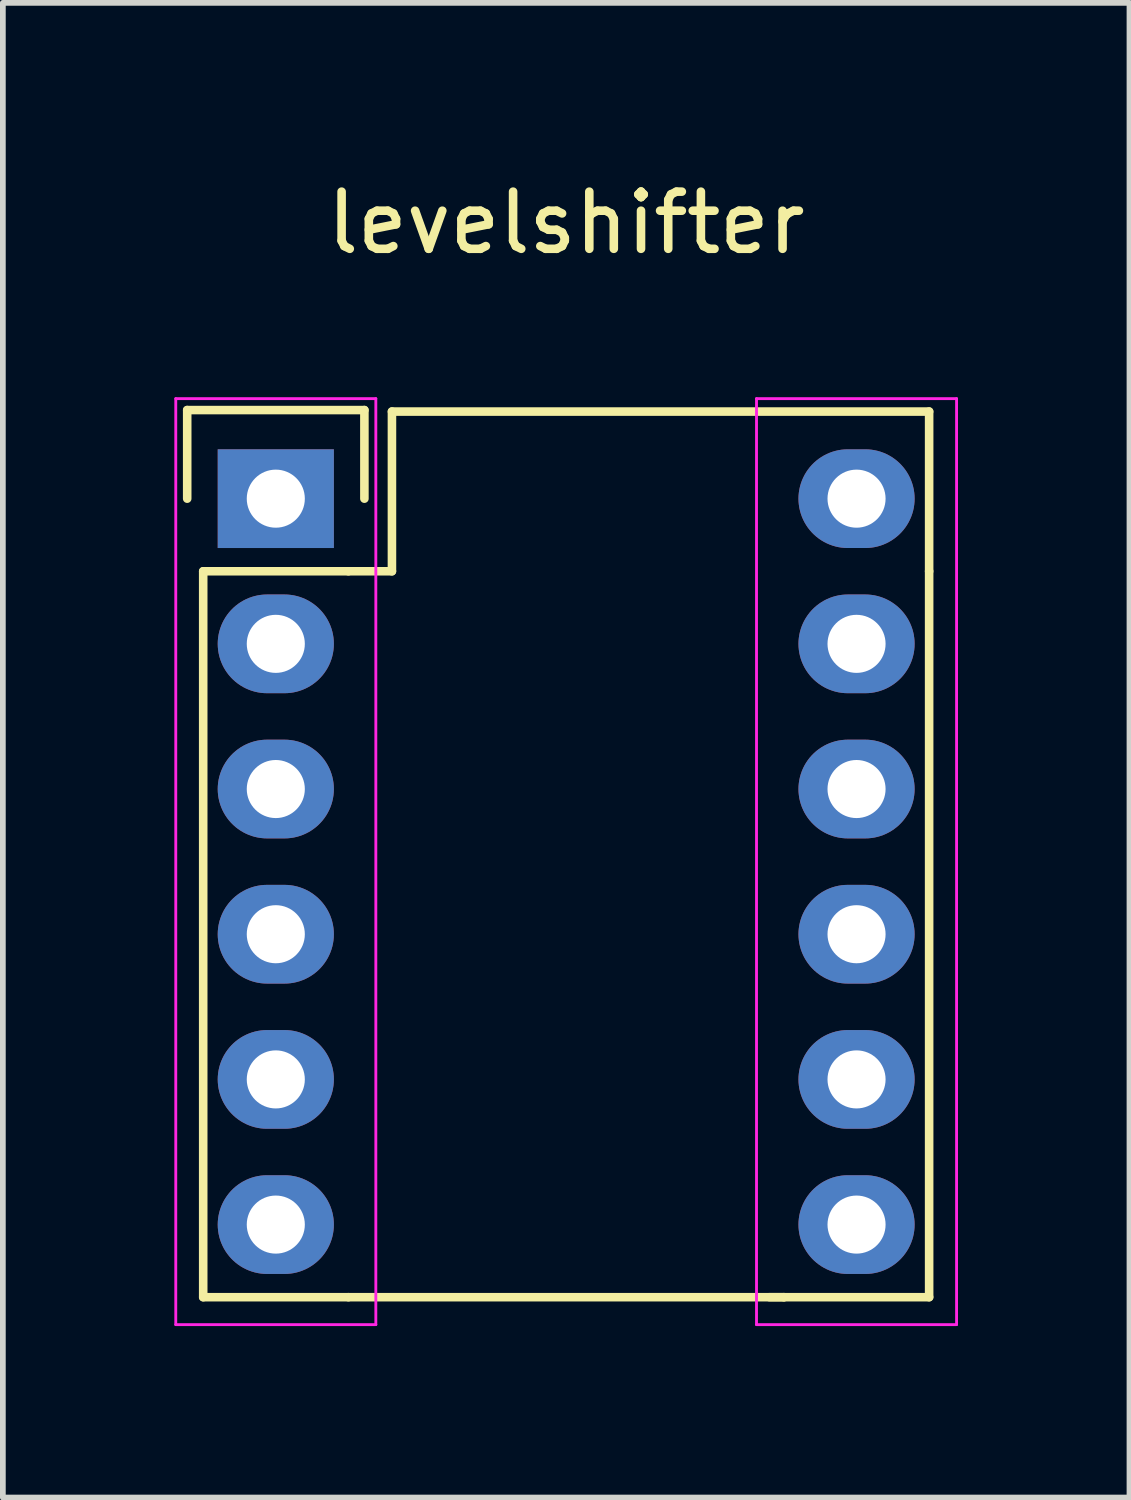
<source format=kicad_pcb>
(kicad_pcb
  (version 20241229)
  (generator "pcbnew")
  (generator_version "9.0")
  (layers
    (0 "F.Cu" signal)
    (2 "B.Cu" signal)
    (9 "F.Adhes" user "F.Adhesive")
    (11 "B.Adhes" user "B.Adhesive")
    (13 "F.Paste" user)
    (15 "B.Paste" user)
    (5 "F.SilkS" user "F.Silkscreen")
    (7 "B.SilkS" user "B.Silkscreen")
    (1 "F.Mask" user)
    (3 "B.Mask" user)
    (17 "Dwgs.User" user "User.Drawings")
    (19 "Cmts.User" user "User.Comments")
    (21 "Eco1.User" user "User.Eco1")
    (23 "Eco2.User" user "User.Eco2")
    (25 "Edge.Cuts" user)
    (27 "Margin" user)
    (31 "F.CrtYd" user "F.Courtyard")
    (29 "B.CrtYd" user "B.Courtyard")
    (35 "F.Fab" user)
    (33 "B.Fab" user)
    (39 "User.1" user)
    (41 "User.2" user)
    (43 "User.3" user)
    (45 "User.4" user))
  (footprint "levelshifter"
    (layer "F.Cu")
    (at 1.775 5.674)
    (property "Reference" "levelshifter" (at 5.08 -4.826 0) (layer "F.SilkS") (effects (font (size 1 1) (thickness 0.15))))
    (attr through_hole)
    (fp_line (start -1.55 -1.55) (end 1.55 -1.55) (stroke (width 0.15) (type solid)) (layer "F.SilkS"))
    (fp_line (start -1.55 0) (end -1.55 -1.55) (stroke (width 0.15) (type solid)) (layer "F.SilkS"))
    (fp_line (start -1.27 13.97) (end -1.27 1.27) (stroke (width 0.15) (type solid)) (layer "F.SilkS"))
    (fp_line (start 1.27 1.27) (end -1.27 1.27) (stroke (width 0.15) (type solid)) (layer "F.SilkS"))
    (fp_line (start 1.27 13.97) (end -1.27 13.97) (stroke (width 0.15) (type solid)) (layer "F.SilkS"))
    (fp_line (start 1.27 13.97) (end 8.89 13.97) (stroke (width 0.15) (type solid)) (layer "F.SilkS"))
    (fp_line (start 1.55 -1.55) (end 1.55 0) (stroke (width 0.15) (type solid)) (layer "F.SilkS"))
    (fp_line (start 2.032 -1.524) (end 2.032 1.27) (stroke (width 0.15) (type solid)) (layer "F.SilkS"))
    (fp_line (start 2.032 1.27) (end 1.27 1.27) (stroke (width 0.15) (type solid)) (layer "F.SilkS"))
    (fp_line (start 8.89 13.97) (end 8.636 13.97) (stroke (width 0.15) (type solid)) (layer "F.SilkS"))
    (fp_line (start 11.43 -1.524) (end 2.032 -1.524) (stroke (width 0.15) (type solid)) (layer "F.SilkS"))
    (fp_line (start 11.43 1.27) (end 11.43 -1.524) (stroke (width 0.15) (type solid)) (layer "F.SilkS"))
    (fp_line (start 11.43 1.27) (end 11.43 13.97) (stroke (width 0.15) (type solid)) (layer "F.SilkS"))
    (fp_line (start 11.43 13.97) (end 8.89 13.97) (stroke (width 0.15) (type solid)) (layer "F.SilkS"))
    (fp_line (start -1.75 -1.75) (end -1.75 14.45) (stroke (width 0.05) (type solid)) (layer "F.CrtYd"))
    (fp_line (start -1.75 -1.75) (end 1.75 -1.75) (stroke (width 0.05) (type solid)) (layer "F.CrtYd"))
    (fp_line (start -1.75 14.45) (end 1.75 14.45) (stroke (width 0.05) (type solid)) (layer "F.CrtYd"))
    (fp_line (start 1.75 -1.75) (end 1.75 14.45) (stroke (width 0.05) (type solid)) (layer "F.CrtYd"))
    (fp_line (start 8.41 -1.75) (end 8.41 14.45) (stroke (width 0.05) (type solid)) (layer "F.CrtYd"))
    (fp_line (start 8.41 -1.75) (end 11.91 -1.75) (stroke (width 0.05) (type solid)) (layer "F.CrtYd"))
    (fp_line (start 8.41 14.45) (end 11.91 14.45) (stroke (width 0.05) (type solid)) (layer "F.CrtYd"))
    (fp_line (start 11.91 -1.75) (end 11.91 14.45) (stroke (width 0.05) (type solid)) (layer "F.CrtYd"))
    (pad "1" thru_hole rect (at 0 0) (size 2.032 1.727) (drill 1.016) (layers "*.Cu" "*.Mask"))
    (pad "2" thru_hole oval (at 0 2.54) (size 2.032 1.727) (drill 1.016) (layers "*.Cu" "*.Mask"))
    (pad "2" thru_hole oval (at 10.16 0) (size 2.032 1.727) (drill 1.016) (layers "*.Cu" "*.Mask"))
    (pad "2" thru_hole oval (at 10.16 2.54) (size 2.032 1.727) (drill 1.016) (layers "*.Cu" "*.Mask"))
    (pad "3" thru_hole oval (at 0 5.08) (size 2.032 1.727) (drill 1.016) (layers "*.Cu" "*.Mask"))
    (pad "3" thru_hole oval (at 10.16 5.08) (size 2.032 1.727) (drill 1.016) (layers "*.Cu" "*.Mask"))
    (pad "4" thru_hole oval (at 0 7.62) (size 2.032 1.727) (drill 1.016) (layers "*.Cu" "*.Mask"))
    (pad "4" thru_hole oval (at 10.16 7.62) (size 2.032 1.727) (drill 1.016) (layers "*.Cu" "*.Mask"))
    (pad "5" thru_hole oval (at 0 10.16) (size 2.032 1.727) (drill 1.016) (layers "*.Cu" "*.Mask"))
    (pad "5" thru_hole oval (at 10.16 10.16) (size 2.032 1.727) (drill 1.016) (layers "*.Cu" "*.Mask"))
    (pad "6" thru_hole oval (at 0 12.7) (size 2.032 1.727) (drill 1.016) (layers "*.Cu" "*.Mask"))
    (pad "6" thru_hole oval (at 10.16 12.7) (size 2.032 1.727) (drill 1.016) (layers "*.Cu" "*.Mask")))
  (gr_rect
    (start -3 -3)
    (end 16.71 23.149)
    (stroke (width 0.1) (type default))
    (fill no)
    (layer "Edge.Cuts")))
</source>
